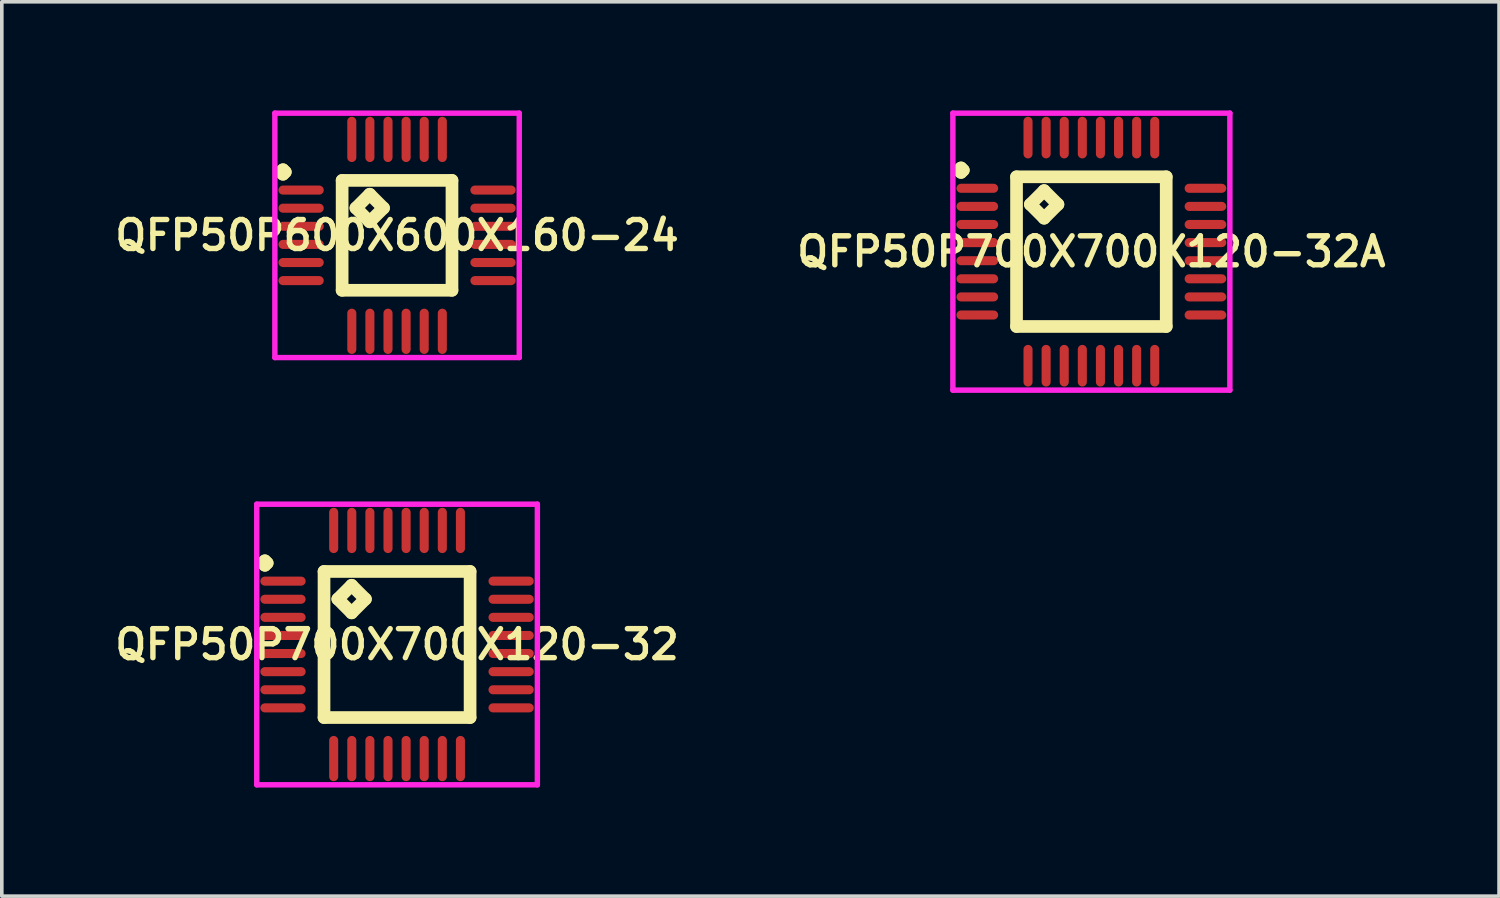
<source format=kicad_pcb>
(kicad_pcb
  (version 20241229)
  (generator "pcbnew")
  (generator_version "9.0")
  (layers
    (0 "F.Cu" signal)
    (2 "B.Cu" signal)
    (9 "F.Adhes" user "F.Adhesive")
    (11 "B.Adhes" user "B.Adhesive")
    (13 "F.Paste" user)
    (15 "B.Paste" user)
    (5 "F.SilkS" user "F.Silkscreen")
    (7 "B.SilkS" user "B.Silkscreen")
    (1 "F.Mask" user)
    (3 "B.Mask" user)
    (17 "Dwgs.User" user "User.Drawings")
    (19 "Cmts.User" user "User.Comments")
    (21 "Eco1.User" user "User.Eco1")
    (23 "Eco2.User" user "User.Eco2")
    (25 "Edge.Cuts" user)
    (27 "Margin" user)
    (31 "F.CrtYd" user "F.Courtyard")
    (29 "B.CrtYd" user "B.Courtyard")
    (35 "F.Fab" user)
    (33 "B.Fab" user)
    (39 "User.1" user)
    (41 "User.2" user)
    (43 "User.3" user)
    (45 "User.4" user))
  (footprint "QFP50P700X700X120-32A"
    (layer "F.Cu")
    (at 27.092 3.9)
    (property "Reference" "QFP50P700X700X120-32A" (at 0 0 0) (layer "F.SilkS") (effects (font (size 0.8 0.8) (thickness 0.15))))
    (attr smd)
    (fp_line (start -3.663 -2.25) (end -3.6 -2.312) (stroke (width 0.35) (type solid)) (layer "F.SilkS"))
    (fp_line (start -3.6 -2.312) (end -3.538 -2.25) (stroke (width 0.35) (type solid)) (layer "F.SilkS"))
    (fp_line (start -3.6 -2.188) (end -3.663 -2.25) (stroke (width 0.35) (type solid)) (layer "F.SilkS"))
    (fp_line (start -3.538 -2.25) (end -3.6 -2.188) (stroke (width 0.35) (type solid)) (layer "F.SilkS"))
    (fp_line (start -2.067 -2.067) (end -2.067 2.067) (stroke (width 0.35) (type solid)) (layer "F.SilkS"))
    (fp_line (start -2.067 2.067) (end 2.067 2.067) (stroke (width 0.35) (type solid)) (layer "F.SilkS"))
    (fp_line (start -1.686 -1.305) (end -1.305 -1.686) (stroke (width 0.35) (type solid)) (layer "F.SilkS"))
    (fp_line (start -1.305 -1.686) (end -0.924 -1.305) (stroke (width 0.35) (type solid)) (layer "F.SilkS"))
    (fp_line (start -1.305 -0.924) (end -1.686 -1.305) (stroke (width 0.35) (type solid)) (layer "F.SilkS"))
    (fp_line (start -0.924 -1.305) (end -1.305 -0.924) (stroke (width 0.35) (type solid)) (layer "F.SilkS"))
    (fp_line (start 2.067 -2.067) (end -2.067 -2.067) (stroke (width 0.35) (type solid)) (layer "F.SilkS"))
    (fp_line (start 2.067 2.067) (end 2.067 -2.067) (stroke (width 0.35) (type solid)) (layer "F.SilkS"))
    (fp_line (start -3.825 -3.825) (end 3.825 -3.825) (stroke (width 0.15) (type solid)) (layer "F.CrtYd"))
    (fp_line (start -3.825 3.825) (end -3.825 -3.825) (stroke (width 0.15) (type solid)) (layer "F.CrtYd"))
    (fp_line (start 3.825 -3.825) (end 3.825 3.825) (stroke (width 0.15) (type solid)) (layer "F.CrtYd"))
    (fp_line (start 3.825 3.825) (end -3.825 3.825) (stroke (width 0.15) (type solid)) (layer "F.CrtYd"))
    (pad "1" smd oval (at -3.15 -1.75) (size 1.15 0.25) (layers "F.Cu" "F.Mask" "F.Paste"))
    (pad "2" smd oval (at -3.15 -1.25) (size 1.15 0.25) (layers "F.Cu" "F.Mask" "F.Paste"))
    (pad "3" smd oval (at -3.15 -0.75) (size 1.15 0.25) (layers "F.Cu" "F.Mask" "F.Paste"))
    (pad "4" smd oval (at -3.15 -0.25) (size 1.15 0.25) (layers "F.Cu" "F.Mask" "F.Paste"))
    (pad "5" smd oval (at -3.15 0.25) (size 1.15 0.25) (layers "F.Cu" "F.Mask" "F.Paste"))
    (pad "6" smd oval (at -3.15 0.75) (size 1.15 0.25) (layers "F.Cu" "F.Mask" "F.Paste"))
    (pad "7" smd oval (at -3.15 1.25) (size 1.15 0.25) (layers "F.Cu" "F.Mask" "F.Paste"))
    (pad "8" smd oval (at -3.15 1.75) (size 1.15 0.25) (layers "F.Cu" "F.Mask" "F.Paste"))
    (pad "9" smd oval (at -1.75 3.15) (size 0.25 1.15) (layers "F.Cu" "F.Mask" "F.Paste"))
    (pad "10" smd oval (at -1.25 3.15) (size 0.25 1.15) (layers "F.Cu" "F.Mask" "F.Paste"))
    (pad "11" smd oval (at -0.75 3.15) (size 0.25 1.15) (layers "F.Cu" "F.Mask" "F.Paste"))
    (pad "12" smd oval (at -0.25 3.15) (size 0.25 1.15) (layers "F.Cu" "F.Mask" "F.Paste"))
    (pad "13" smd oval (at 0.25 3.15) (size 0.25 1.15) (layers "F.Cu" "F.Mask" "F.Paste"))
    (pad "14" smd oval (at 0.75 3.15) (size 0.25 1.15) (layers "F.Cu" "F.Mask" "F.Paste"))
    (pad "15" smd oval (at 1.25 3.15) (size 0.25 1.15) (layers "F.Cu" "F.Mask" "F.Paste"))
    (pad "16" smd oval (at 1.75 3.15) (size 0.25 1.15) (layers "F.Cu" "F.Mask" "F.Paste"))
    (pad "17" smd oval (at 3.15 1.75) (size 1.15 0.25) (layers "F.Cu" "F.Mask" "F.Paste"))
    (pad "18" smd oval (at 3.15 1.25) (size 1.15 0.25) (layers "F.Cu" "F.Mask" "F.Paste"))
    (pad "19" smd oval (at 3.15 0.75) (size 1.15 0.25) (layers "F.Cu" "F.Mask" "F.Paste"))
    (pad "20" smd oval (at 3.15 0.25) (size 1.15 0.25) (layers "F.Cu" "F.Mask" "F.Paste"))
    (pad "21" smd oval (at 3.15 -0.25) (size 1.15 0.25) (layers "F.Cu" "F.Mask" "F.Paste"))
    (pad "22" smd oval (at 3.15 -0.75) (size 1.15 0.25) (layers "F.Cu" "F.Mask" "F.Paste"))
    (pad "23" smd oval (at 3.15 -1.25) (size 1.15 0.25) (layers "F.Cu" "F.Mask" "F.Paste"))
    (pad "24" smd oval (at 3.15 -1.75) (size 1.15 0.25) (layers "F.Cu" "F.Mask" "F.Paste"))
    (pad "25" smd oval (at 1.75 -3.15) (size 0.25 1.15) (layers "F.Cu" "F.Mask" "F.Paste"))
    (pad "26" smd oval (at 1.25 -3.15) (size 0.25 1.15) (layers "F.Cu" "F.Mask" "F.Paste"))
    (pad "27" smd oval (at 0.75 -3.15) (size 0.25 1.15) (layers "F.Cu" "F.Mask" "F.Paste"))
    (pad "28" smd oval (at 0.25 -3.15) (size 0.25 1.15) (layers "F.Cu" "F.Mask" "F.Paste"))
    (pad "29" smd oval (at -0.25 -3.15) (size 0.25 1.15) (layers "F.Cu" "F.Mask" "F.Paste"))
    (pad "30" smd oval (at -0.75 -3.15) (size 0.25 1.15) (layers "F.Cu" "F.Mask" "F.Paste"))
    (pad "31" smd oval (at -1.25 -3.15) (size 0.25 1.15) (layers "F.Cu" "F.Mask" "F.Paste"))
    (pad "32" smd oval (at -1.75 -3.15) (size 0.25 1.15) (layers "F.Cu" "F.Mask" "F.Paste")))
  (footprint "QFP50P700X700X120-32"
    (layer "F.Cu")
    (at 7.916 14.75)
    (property "Reference" "QFP50P700X700X120-32" (at 0 0 0) (layer "F.SilkS") (effects (font (size 0.8 0.8) (thickness 0.15))))
    (attr smd)
    (fp_line (start -3.712 -2.25) (end -3.65 -2.312) (stroke (width 0.35) (type solid)) (layer "F.SilkS"))
    (fp_line (start -3.65 -2.312) (end -3.587 -2.25) (stroke (width 0.35) (type solid)) (layer "F.SilkS"))
    (fp_line (start -3.65 -2.188) (end -3.712 -2.25) (stroke (width 0.35) (type solid)) (layer "F.SilkS"))
    (fp_line (start -3.587 -2.25) (end -3.65 -2.188) (stroke (width 0.35) (type solid)) (layer "F.SilkS"))
    (fp_line (start -2.017 -2.017) (end -2.017 2.017) (stroke (width 0.35) (type solid)) (layer "F.SilkS"))
    (fp_line (start -2.017 2.017) (end 2.017 2.017) (stroke (width 0.35) (type solid)) (layer "F.SilkS"))
    (fp_line (start -1.636 -1.255) (end -1.255 -1.636) (stroke (width 0.35) (type solid)) (layer "F.SilkS"))
    (fp_line (start -1.255 -1.636) (end -0.874 -1.255) (stroke (width 0.35) (type solid)) (layer "F.SilkS"))
    (fp_line (start -1.255 -0.874) (end -1.636 -1.255) (stroke (width 0.35) (type solid)) (layer "F.SilkS"))
    (fp_line (start -0.874 -1.255) (end -1.255 -0.874) (stroke (width 0.35) (type solid)) (layer "F.SilkS"))
    (fp_line (start 2.017 -2.017) (end -2.017 -2.017) (stroke (width 0.35) (type solid)) (layer "F.SilkS"))
    (fp_line (start 2.017 2.017) (end 2.017 -2.017) (stroke (width 0.35) (type solid)) (layer "F.SilkS"))
    (fp_line (start -3.875 -3.875) (end 3.875 -3.875) (stroke (width 0.15) (type solid)) (layer "F.CrtYd"))
    (fp_line (start -3.875 3.875) (end -3.875 -3.875) (stroke (width 0.15) (type solid)) (layer "F.CrtYd"))
    (fp_line (start 3.875 -3.875) (end 3.875 3.875) (stroke (width 0.15) (type solid)) (layer "F.CrtYd"))
    (fp_line (start 3.875 3.875) (end -3.875 3.875) (stroke (width 0.15) (type solid)) (layer "F.CrtYd"))
    (pad "1" smd oval (at -3.15 -1.75) (size 1.25 0.25) (layers "F.Cu" "F.Mask" "F.Paste"))
    (pad "2" smd oval (at -3.15 -1.25) (size 1.25 0.25) (layers "F.Cu" "F.Mask" "F.Paste"))
    (pad "3" smd oval (at -3.15 -0.75) (size 1.25 0.25) (layers "F.Cu" "F.Mask" "F.Paste"))
    (pad "4" smd oval (at -3.15 -0.25) (size 1.25 0.25) (layers "F.Cu" "F.Mask" "F.Paste"))
    (pad "5" smd oval (at -3.15 0.25) (size 1.25 0.25) (layers "F.Cu" "F.Mask" "F.Paste"))
    (pad "6" smd oval (at -3.15 0.75) (size 1.25 0.25) (layers "F.Cu" "F.Mask" "F.Paste"))
    (pad "7" smd oval (at -3.15 1.25) (size 1.25 0.25) (layers "F.Cu" "F.Mask" "F.Paste"))
    (pad "8" smd oval (at -3.15 1.75) (size 1.25 0.25) (layers "F.Cu" "F.Mask" "F.Paste"))
    (pad "9" smd oval (at -1.75 3.15) (size 0.25 1.25) (layers "F.Cu" "F.Mask" "F.Paste"))
    (pad "10" smd oval (at -1.25 3.15) (size 0.25 1.25) (layers "F.Cu" "F.Mask" "F.Paste"))
    (pad "11" smd oval (at -0.75 3.15) (size 0.25 1.25) (layers "F.Cu" "F.Mask" "F.Paste"))
    (pad "12" smd oval (at -0.25 3.15) (size 0.25 1.25) (layers "F.Cu" "F.Mask" "F.Paste"))
    (pad "13" smd oval (at 0.25 3.15) (size 0.25 1.25) (layers "F.Cu" "F.Mask" "F.Paste"))
    (pad "14" smd oval (at 0.75 3.15) (size 0.25 1.25) (layers "F.Cu" "F.Mask" "F.Paste"))
    (pad "15" smd oval (at 1.25 3.15) (size 0.25 1.25) (layers "F.Cu" "F.Mask" "F.Paste"))
    (pad "16" smd oval (at 1.75 3.15) (size 0.25 1.25) (layers "F.Cu" "F.Mask" "F.Paste"))
    (pad "17" smd oval (at 3.15 1.75) (size 1.25 0.25) (layers "F.Cu" "F.Mask" "F.Paste"))
    (pad "18" smd oval (at 3.15 1.25) (size 1.25 0.25) (layers "F.Cu" "F.Mask" "F.Paste"))
    (pad "19" smd oval (at 3.15 0.75) (size 1.25 0.25) (layers "F.Cu" "F.Mask" "F.Paste"))
    (pad "20" smd oval (at 3.15 0.25) (size 1.25 0.25) (layers "F.Cu" "F.Mask" "F.Paste"))
    (pad "21" smd oval (at 3.15 -0.25) (size 1.25 0.25) (layers "F.Cu" "F.Mask" "F.Paste"))
    (pad "22" smd oval (at 3.15 -0.75) (size 1.25 0.25) (layers "F.Cu" "F.Mask" "F.Paste"))
    (pad "23" smd oval (at 3.15 -1.25) (size 1.25 0.25) (layers "F.Cu" "F.Mask" "F.Paste"))
    (pad "24" smd oval (at 3.15 -1.75) (size 1.25 0.25) (layers "F.Cu" "F.Mask" "F.Paste"))
    (pad "25" smd oval (at 1.75 -3.15) (size 0.25 1.25) (layers "F.Cu" "F.Mask" "F.Paste"))
    (pad "26" smd oval (at 1.25 -3.15) (size 0.25 1.25) (layers "F.Cu" "F.Mask" "F.Paste"))
    (pad "27" smd oval (at 0.75 -3.15) (size 0.25 1.25) (layers "F.Cu" "F.Mask" "F.Paste"))
    (pad "28" smd oval (at 0.25 -3.15) (size 0.25 1.25) (layers "F.Cu" "F.Mask" "F.Paste"))
    (pad "29" smd oval (at -0.25 -3.15) (size 0.25 1.25) (layers "F.Cu" "F.Mask" "F.Paste"))
    (pad "30" smd oval (at -0.75 -3.15) (size 0.25 1.25) (layers "F.Cu" "F.Mask" "F.Paste"))
    (pad "31" smd oval (at -1.25 -3.15) (size 0.25 1.25) (layers "F.Cu" "F.Mask" "F.Paste"))
    (pad "32" smd oval (at -1.75 -3.15) (size 0.25 1.25) (layers "F.Cu" "F.Mask" "F.Paste")))
  (footprint "QFP50P600X600X160-24"
    (layer "F.Cu")
    (at 7.916 3.45)
    (property "Reference" "QFP50P600X600X160-24" (at 0 0 0) (layer "F.SilkS") (effects (font (size 0.8 0.8) (thickness 0.15))))
    (attr smd)
    (fp_line (start -3.212 -1.75) (end -3.15 -1.812) (stroke (width 0.35) (type solid)) (layer "F.SilkS"))
    (fp_line (start -3.15 -1.812) (end -3.087 -1.75) (stroke (width 0.35) (type solid)) (layer "F.SilkS"))
    (fp_line (start -3.15 -1.688) (end -3.212 -1.75) (stroke (width 0.35) (type solid)) (layer "F.SilkS"))
    (fp_line (start -3.087 -1.75) (end -3.15 -1.688) (stroke (width 0.35) (type solid)) (layer "F.SilkS"))
    (fp_line (start -1.517 -1.517) (end -1.517 1.517) (stroke (width 0.35) (type solid)) (layer "F.SilkS"))
    (fp_line (start -1.517 1.517) (end 1.517 1.517) (stroke (width 0.35) (type solid)) (layer "F.SilkS"))
    (fp_line (start -1.136 -0.755) (end -0.755 -1.136) (stroke (width 0.35) (type solid)) (layer "F.SilkS"))
    (fp_line (start -0.755 -1.136) (end -0.374 -0.755) (stroke (width 0.35) (type solid)) (layer "F.SilkS"))
    (fp_line (start -0.755 -0.374) (end -1.136 -0.755) (stroke (width 0.35) (type solid)) (layer "F.SilkS"))
    (fp_line (start -0.374 -0.755) (end -0.755 -0.374) (stroke (width 0.35) (type solid)) (layer "F.SilkS"))
    (fp_line (start 1.517 -1.517) (end -1.517 -1.517) (stroke (width 0.35) (type solid)) (layer "F.SilkS"))
    (fp_line (start 1.517 1.517) (end 1.517 -1.517) (stroke (width 0.35) (type solid)) (layer "F.SilkS"))
    (fp_line (start -3.375 -3.375) (end 3.375 -3.375) (stroke (width 0.15) (type solid)) (layer "F.CrtYd"))
    (fp_line (start -3.375 3.375) (end -3.375 -3.375) (stroke (width 0.15) (type solid)) (layer "F.CrtYd"))
    (fp_line (start 3.375 -3.375) (end 3.375 3.375) (stroke (width 0.15) (type solid)) (layer "F.CrtYd"))
    (fp_line (start 3.375 3.375) (end -3.375 3.375) (stroke (width 0.15) (type solid)) (layer "F.CrtYd"))
    (pad "1" smd oval (at -2.65 -1.25) (size 1.25 0.25) (layers "F.Cu" "F.Mask" "F.Paste"))
    (pad "2" smd oval (at -2.65 -0.75) (size 1.25 0.25) (layers "F.Cu" "F.Mask" "F.Paste"))
    (pad "3" smd oval (at -2.65 -0.25) (size 1.25 0.25) (layers "F.Cu" "F.Mask" "F.Paste"))
    (pad "4" smd oval (at -2.65 0.25) (size 1.25 0.25) (layers "F.Cu" "F.Mask" "F.Paste"))
    (pad "5" smd oval (at -2.65 0.75) (size 1.25 0.25) (layers "F.Cu" "F.Mask" "F.Paste"))
    (pad "6" smd oval (at -2.65 1.25) (size 1.25 0.25) (layers "F.Cu" "F.Mask" "F.Paste"))
    (pad "7" smd oval (at -1.25 2.65) (size 0.25 1.25) (layers "F.Cu" "F.Mask" "F.Paste"))
    (pad "8" smd oval (at -0.75 2.65) (size 0.25 1.25) (layers "F.Cu" "F.Mask" "F.Paste"))
    (pad "9" smd oval (at -0.25 2.65) (size 0.25 1.25) (layers "F.Cu" "F.Mask" "F.Paste"))
    (pad "10" smd oval (at 0.25 2.65) (size 0.25 1.25) (layers "F.Cu" "F.Mask" "F.Paste"))
    (pad "11" smd oval (at 0.75 2.65) (size 0.25 1.25) (layers "F.Cu" "F.Mask" "F.Paste"))
    (pad "12" smd oval (at 1.25 2.65) (size 0.25 1.25) (layers "F.Cu" "F.Mask" "F.Paste"))
    (pad "13" smd oval (at 2.65 1.25) (size 1.25 0.25) (layers "F.Cu" "F.Mask" "F.Paste"))
    (pad "14" smd oval (at 2.65 0.75) (size 1.25 0.25) (layers "F.Cu" "F.Mask" "F.Paste"))
    (pad "15" smd oval (at 2.65 0.25) (size 1.25 0.25) (layers "F.Cu" "F.Mask" "F.Paste"))
    (pad "16" smd oval (at 2.65 -0.25) (size 1.25 0.25) (layers "F.Cu" "F.Mask" "F.Paste"))
    (pad "17" smd oval (at 2.65 -0.75) (size 1.25 0.25) (layers "F.Cu" "F.Mask" "F.Paste"))
    (pad "18" smd oval (at 2.65 -1.25) (size 1.25 0.25) (layers "F.Cu" "F.Mask" "F.Paste"))
    (pad "19" smd oval (at 1.25 -2.65) (size 0.25 1.25) (layers "F.Cu" "F.Mask" "F.Paste"))
    (pad "20" smd oval (at 0.75 -2.65) (size 0.25 1.25) (layers "F.Cu" "F.Mask" "F.Paste"))
    (pad "21" smd oval (at 0.25 -2.65) (size 0.25 1.25) (layers "F.Cu" "F.Mask" "F.Paste"))
    (pad "22" smd oval (at -0.25 -2.65) (size 0.25 1.25) (layers "F.Cu" "F.Mask" "F.Paste"))
    (pad "23" smd oval (at -0.75 -2.65) (size 0.25 1.25) (layers "F.Cu" "F.Mask" "F.Paste"))
    (pad "24" smd oval (at -1.25 -2.65) (size 0.25 1.25) (layers "F.Cu" "F.Mask" "F.Paste")))
  (gr_rect
    (start -3 -3)
    (end 38.351 21.7)
    (stroke (width 0.1) (type default))
    (fill no)
    (layer "Edge.Cuts")))
</source>
